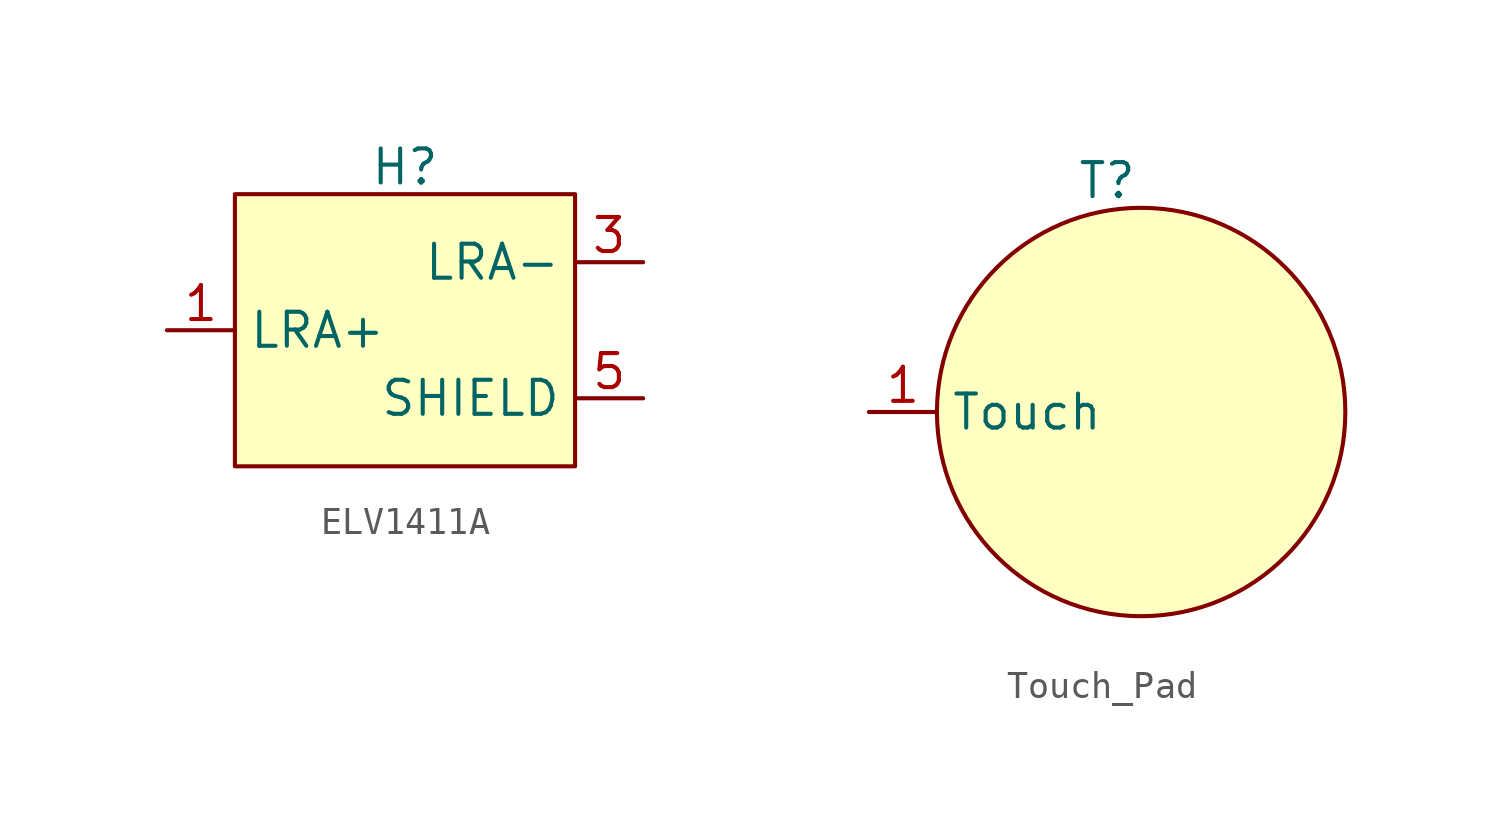
<source format=kicad_sym>
(kicad_symbol_lib
  (version 20231120)
  (generator "kicad_symbol_editor")
  (generator_version "8.0")
  (symbol "ELV1411A"
    (property "Reference" "H"
      (at 0 6.096 0)
      (effects (font (size 1.27 1.27))))
    (property "Value" ""
      (at 0 0 0)
      (effects (font (size 1.27 1.27))))
    (symbol "ELV1411A_0_1"
      (rectangle (start -6.35 5.08) (end 6.35 -5.08) (stroke (width 0) (type default)) (fill (type background))))
    (symbol "ELV1411A_1_1"
      (pin passive line (at -8.89 0 0) (length 2.54) (name "LRA+" (effects (font (size 1.27 1.27)))) (number "1" (effects (font (size 1.27 1.27)))))
      (pin power_in line (at 8.89 -2.54 180) (length 2.54) hide (name "SHIELD" (effects (font (size 1.27 1.27)))) (number "10" (effects (font (size 1.27 1.27)))))
      (pin power_in line (at 8.89 -2.54 180) (length 2.54) hide (name "SHIELD" (effects (font (size 1.27 1.27)))) (number "11" (effects (font (size 1.27 1.27)))))
      (pin power_in line (at 8.89 -2.54 180) (length 2.54) hide (name "SHIELD" (effects (font (size 1.27 1.27)))) (number "12" (effects (font (size 1.27 1.27)))))
      (pin power_in line (at 8.89 -2.54 180) (length 2.54) hide (name "SHIELD" (effects (font (size 1.27 1.27)))) (number "13" (effects (font (size 1.27 1.27)))))
      (pin power_in line (at 8.89 -2.54 180) (length 2.54) hide (name "SHIELD" (effects (font (size 1.27 1.27)))) (number "14" (effects (font (size 1.27 1.27)))))
      (pin power_in line (at 8.89 -2.54 180) (length 2.54) hide (name "SHIELD" (effects (font (size 1.27 1.27)))) (number "15" (effects (font (size 1.27 1.27)))))
      (pin power_in line (at 8.89 -2.54 180) (length 2.54) hide (name "SHIELD" (effects (font (size 1.27 1.27)))) (number "16" (effects (font (size 1.27 1.27)))))
      (pin passive line (at -8.89 0 0) (length 2.54) hide (name "LRA+" (effects (font (size 1.27 1.27)))) (number "2" (effects (font (size 1.27 1.27)))))
      (pin passive line (at 8.89 2.54 180) (length 2.54) (name "LRA-" (effects (font (size 1.27 1.27)))) (number "3" (effects (font (size 1.27 1.27)))))
      (pin passive line (at 8.89 2.54 180) (length 2.54) hide (name "LRA-" (effects (font (size 1.27 1.27)))) (number "4" (effects (font (size 1.27 1.27)))))
      (pin power_in line (at 8.89 -2.54 180) (length 2.54) (name "SHIELD" (effects (font (size 1.27 1.27)))) (number "5" (effects (font (size 1.27 1.27)))))
      (pin power_in line (at 8.89 -2.54 180) (length 2.54) hide (name "SHIELD" (effects (font (size 1.27 1.27)))) (number "6" (effects (font (size 1.27 1.27)))))
      (pin power_in line (at 8.89 -2.54 180) (length 2.54) hide (name "SHIELD" (effects (font (size 1.27 1.27)))) (number "7" (effects (font (size 1.27 1.27)))))
      (pin power_in line (at 8.89 -2.54 180) (length 2.54) hide (name "SHIELD" (effects (font (size 1.27 1.27)))) (number "8" (effects (font (size 1.27 1.27)))))
      (pin power_in line (at 8.89 -2.54 180) (length 2.54) hide (name "SHIELD" (effects (font (size 1.27 1.27)))) (number "9" (effects (font (size 1.27 1.27)))))))
  (symbol "Touch_Pad"
    (property "Reference" "T"
      (at -1.27 8.636 0)
      (effects (font (size 1.27 1.27))))
    (property "Value" ""
      (at 0 0 0)
      (effects (font (size 1.27 1.27))))
    (symbol "Touch_Pad_0_1"
      (circle (center 0 0) (radius 7.62) (stroke (width 0) (type default)) (fill (type background))))
    (symbol "Touch_Pad_1_1"
      (pin passive line (at -10.16 0 0) (length 2.54) (name "Touch" (effects (font (size 1.27 1.27)))) (number "1" (effects (font (size 1.27 1.27))))))))
</source>
